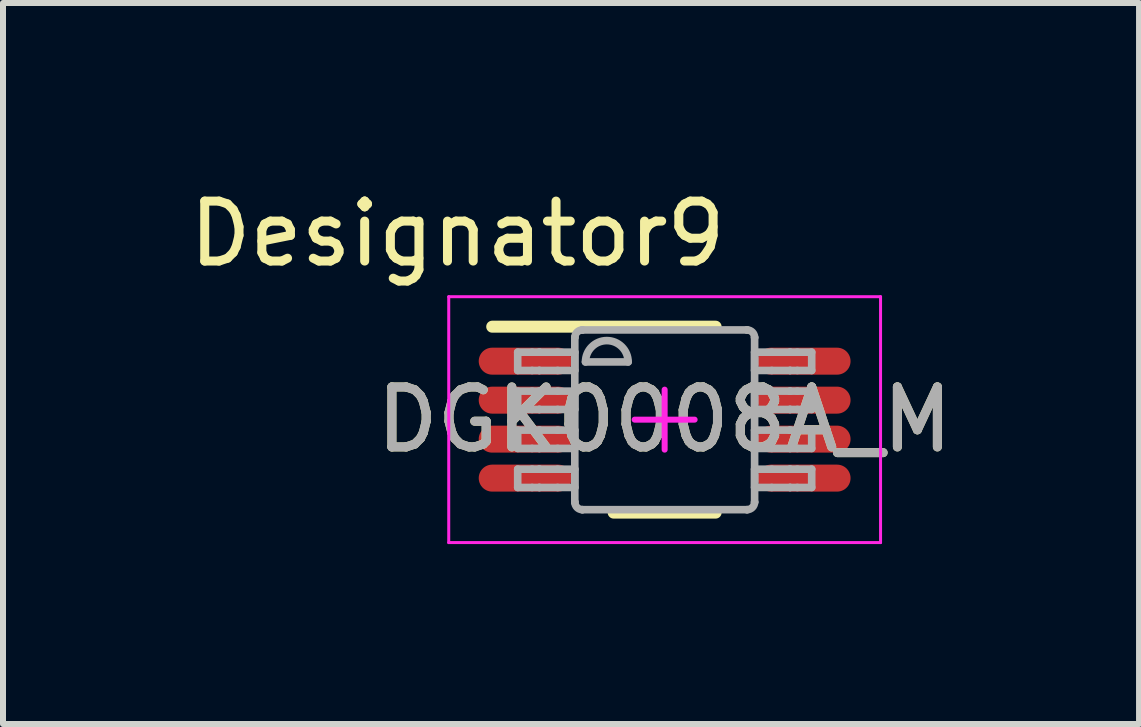
<source format=kicad_pcb>
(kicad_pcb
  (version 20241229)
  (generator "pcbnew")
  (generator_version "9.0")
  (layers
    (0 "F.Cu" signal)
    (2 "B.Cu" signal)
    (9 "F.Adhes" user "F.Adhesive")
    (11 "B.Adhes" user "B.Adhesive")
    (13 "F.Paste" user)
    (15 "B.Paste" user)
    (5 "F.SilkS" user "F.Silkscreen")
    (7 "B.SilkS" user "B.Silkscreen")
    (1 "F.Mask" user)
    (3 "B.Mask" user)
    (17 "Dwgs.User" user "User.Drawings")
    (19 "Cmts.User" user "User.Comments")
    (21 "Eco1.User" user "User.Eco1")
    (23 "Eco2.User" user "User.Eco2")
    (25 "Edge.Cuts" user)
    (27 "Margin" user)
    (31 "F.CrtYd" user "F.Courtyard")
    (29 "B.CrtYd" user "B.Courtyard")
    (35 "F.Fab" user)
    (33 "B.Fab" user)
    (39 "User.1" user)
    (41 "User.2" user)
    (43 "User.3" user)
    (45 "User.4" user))
  (footprint "DGK0008A_M"
    (layer "F.Cu")
    (at 8.032 3.947)
    (property "Reference" "DGK0008A_M" (at 0 0 0) (unlocked yes) (layer "F.SilkS") (effects (font (size 1 1) (thickness 0.15))))
    (attr smd)
    (fp_line (start -2.875 -1.55) (end 0.85 -1.55) (stroke (width 0.2) (type solid)) (layer "F.SilkS"))
    (fp_line (start -0.85 1.55) (end 0.85 1.55) (stroke (width 0.2) (type solid)) (layer "F.SilkS"))
    (fp_line (start -3.6 -2.05) (end 3.6 -2.05) (stroke (width 0.05) (type solid)) (layer "F.CrtYd"))
    (fp_line (start -3.6 2.05) (end -3.6 -2.05) (stroke (width 0.05) (type solid)) (layer "F.CrtYd"))
    (fp_line (start -3.6 2.05) (end 3.6 2.05) (stroke (width 0.05) (type solid)) (layer "F.CrtYd"))
    (fp_line (start -0.5 0) (end 0.5 0) (stroke (width 0.1) (type solid)) (layer "F.CrtYd"))
    (fp_line (start 0 0.5) (end 0 -0.5) (stroke (width 0.1) (type solid)) (layer "F.CrtYd"))
    (fp_line (start 3.6 2.05) (end 3.6 -2.05) (stroke (width 0.05) (type solid)) (layer "F.CrtYd"))
    (fp_line (start -2.45 -1.125) (end -2.21 -1.125) (stroke (width 0.127) (type solid)) (layer "F.Fab"))
    (fp_line (start -2.45 -0.82) (end -2.45 -1.125) (stroke (width 0.127) (type solid)) (layer "F.Fab"))
    (fp_line (start -2.45 -0.82) (end -2.21 -0.82) (stroke (width 0.127) (type solid)) (layer "F.Fab"))
    (fp_line (start -2.45 -0.475) (end -2.21 -0.475) (stroke (width 0.127) (type solid)) (layer "F.Fab"))
    (fp_line (start -2.45 -0.17) (end -2.45 -0.475) (stroke (width 0.127) (type solid)) (layer "F.Fab"))
    (fp_line (start -2.45 -0.17) (end -2.21 -0.17) (stroke (width 0.127) (type solid)) (layer "F.Fab"))
    (fp_line (start -2.45 0.175) (end -2.21 0.175) (stroke (width 0.127) (type solid)) (layer "F.Fab"))
    (fp_line (start -2.45 0.48) (end -2.45 0.175) (stroke (width 0.127) (type solid)) (layer "F.Fab"))
    (fp_line (start -2.45 0.48) (end -2.21 0.48) (stroke (width 0.127) (type solid)) (layer "F.Fab"))
    (fp_line (start -2.45 0.826) (end -2.21 0.826) (stroke (width 0.127) (type solid)) (layer "F.Fab"))
    (fp_line (start -2.45 1.131) (end -2.45 0.826) (stroke (width 0.127) (type solid)) (layer "F.Fab"))
    (fp_line (start -2.45 1.131) (end -2.21 1.131) (stroke (width 0.127) (type solid)) (layer "F.Fab"))
    (fp_line (start -2.21 -1.125) (end -2.091 -1.125) (stroke (width 0.127) (type solid)) (layer "F.Fab"))
    (fp_line (start -2.21 -0.82) (end -2.091 -0.82) (stroke (width 0.127) (type solid)) (layer "F.Fab"))
    (fp_line (start -2.21 -0.475) (end -2.091 -0.475) (stroke (width 0.127) (type solid)) (layer "F.Fab"))
    (fp_line (start -2.21 -0.17) (end -2.091 -0.17) (stroke (width 0.127) (type solid)) (layer "F.Fab"))
    (fp_line (start -2.21 0.175) (end -2.091 0.175) (stroke (width 0.127) (type solid)) (layer "F.Fab"))
    (fp_line (start -2.21 0.48) (end -2.091 0.48) (stroke (width 0.127) (type solid)) (layer "F.Fab"))
    (fp_line (start -2.21 0.826) (end -2.091 0.826) (stroke (width 0.127) (type solid)) (layer "F.Fab"))
    (fp_line (start -2.21 1.131) (end -2.091 1.131) (stroke (width 0.127) (type solid)) (layer "F.Fab"))
    (fp_line (start -2.091 -1.125) (end -2.087 -1.125) (stroke (width 0.127) (type solid)) (layer "F.Fab"))
    (fp_line (start -2.091 -0.82) (end -2.087 -0.82) (stroke (width 0.127) (type solid)) (layer "F.Fab"))
    (fp_line (start -2.091 -0.475) (end -2.087 -0.475) (stroke (width 0.127) (type solid)) (layer "F.Fab"))
    (fp_line (start -2.091 -0.17) (end -2.087 -0.17) (stroke (width 0.127) (type solid)) (layer "F.Fab"))
    (fp_line (start -2.091 0.175) (end -2.087 0.175) (stroke (width 0.127) (type solid)) (layer "F.Fab"))
    (fp_line (start -2.091 0.48) (end -2.087 0.48) (stroke (width 0.127) (type solid)) (layer "F.Fab"))
    (fp_line (start -2.091 0.826) (end -2.087 0.826) (stroke (width 0.127) (type solid)) (layer "F.Fab"))
    (fp_line (start -2.091 1.131) (end -2.087 1.131) (stroke (width 0.127) (type solid)) (layer "F.Fab"))
    (fp_line (start -2.087 -1.125) (end -1.784 -1.125) (stroke (width 0.127) (type solid)) (layer "F.Fab"))
    (fp_line (start -2.087 -0.82) (end -1.784 -0.82) (stroke (width 0.127) (type solid)) (layer "F.Fab"))
    (fp_line (start -2.087 -0.475) (end -1.784 -0.475) (stroke (width 0.127) (type solid)) (layer "F.Fab"))
    (fp_line (start -2.087 -0.17) (end -1.784 -0.17) (stroke (width 0.127) (type solid)) (layer "F.Fab"))
    (fp_line (start -2.087 0.175) (end -1.784 0.175) (stroke (width 0.127) (type solid)) (layer "F.Fab"))
    (fp_line (start -2.087 0.48) (end -1.784 0.48) (stroke (width 0.127) (type solid)) (layer "F.Fab"))
    (fp_line (start -2.087 0.826) (end -1.784 0.826) (stroke (width 0.127) (type solid)) (layer "F.Fab"))
    (fp_line (start -2.087 1.131) (end -1.784 1.131) (stroke (width 0.127) (type solid)) (layer "F.Fab"))
    (fp_line (start -1.784 -1.125) (end -1.498 -1.125) (stroke (width 0.127) (type solid)) (layer "F.Fab"))
    (fp_line (start -1.784 -0.82) (end -1.498 -0.82) (stroke (width 0.127) (type solid)) (layer "F.Fab"))
    (fp_line (start -1.784 -0.475) (end -1.498 -0.475) (stroke (width 0.127) (type solid)) (layer "F.Fab"))
    (fp_line (start -1.784 -0.17) (end -1.498 -0.17) (stroke (width 0.127) (type solid)) (layer "F.Fab"))
    (fp_line (start -1.784 0.175) (end -1.498 0.175) (stroke (width 0.127) (type solid)) (layer "F.Fab"))
    (fp_line (start -1.784 0.48) (end -1.498 0.48) (stroke (width 0.127) (type solid)) (layer "F.Fab"))
    (fp_line (start -1.784 0.826) (end -1.498 0.826) (stroke (width 0.127) (type solid)) (layer "F.Fab"))
    (fp_line (start -1.784 1.131) (end -1.498 1.131) (stroke (width 0.127) (type solid)) (layer "F.Fab"))
    (fp_line (start -1.498 -1.369) (end -1.497 -1.372) (stroke (width 0.127) (type solid)) (layer "F.Fab"))
    (fp_line (start -1.498 -0.82) (end -1.498 -1.125) (stroke (width 0.127) (type solid)) (layer "F.Fab"))
    (fp_line (start -1.498 -0.17) (end -1.498 -0.475) (stroke (width 0.127) (type solid)) (layer "F.Fab"))
    (fp_line (start -1.498 0.48) (end -1.498 0.175) (stroke (width 0.127) (type solid)) (layer "F.Fab"))
    (fp_line (start -1.498 1.131) (end -1.498 0.826) (stroke (width 0.127) (type solid)) (layer "F.Fab"))
    (fp_line (start -1.498 1.374) (end -1.498 -1.369) (stroke (width 0.127) (type solid)) (layer "F.Fab"))
    (fp_line (start -1.498 1.374) (end -1.497 1.377) (stroke (width 0.127) (type solid)) (layer "F.Fab"))
    (fp_line (start -1.373 -1.496) (end -1.371 -1.496) (stroke (width 0.127) (type solid)) (layer "F.Fab"))
    (fp_line (start -1.373 1.501) (end -1.371 1.501) (stroke (width 0.127) (type solid)) (layer "F.Fab"))
    (fp_line (start -1.371 -1.496) (end 1.373 -1.496) (stroke (width 0.127) (type solid)) (layer "F.Fab"))
    (fp_line (start -1.371 1.501) (end 1.373 1.501) (stroke (width 0.127) (type solid)) (layer "F.Fab"))
    (fp_line (start -1.32 -0.962) (end -0.609 -0.962) (stroke (width 0.127) (type solid)) (layer "F.Fab"))
    (fp_line (start 1.373 -1.496) (end 1.375 -1.496) (stroke (width 0.127) (type solid)) (layer "F.Fab"))
    (fp_line (start 1.373 1.501) (end 1.375 1.501) (stroke (width 0.127) (type solid)) (layer "F.Fab"))
    (fp_line (start 1.5 -1.372) (end 1.5 -1.369) (stroke (width 0.127) (type solid)) (layer "F.Fab"))
    (fp_line (start 1.5 1.377) (end 1.5 1.374) (stroke (width 0.127) (type solid)) (layer "F.Fab"))
    (fp_line (start 1.5 -1.125) (end 1.786 -1.125) (stroke (width 0.127) (type solid)) (layer "F.Fab"))
    (fp_line (start 1.5 -0.82) (end 1.5 -1.125) (stroke (width 0.127) (type solid)) (layer "F.Fab"))
    (fp_line (start 1.5 -0.82) (end 1.786 -0.82) (stroke (width 0.127) (type solid)) (layer "F.Fab"))
    (fp_line (start 1.5 -0.475) (end 1.786 -0.475) (stroke (width 0.127) (type solid)) (layer "F.Fab"))
    (fp_line (start 1.5 -0.17) (end 1.5 -0.475) (stroke (width 0.127) (type solid)) (layer "F.Fab"))
    (fp_line (start 1.5 -0.17) (end 1.786 -0.17) (stroke (width 0.127) (type solid)) (layer "F.Fab"))
    (fp_line (start 1.5 0.175) (end 1.786 0.175) (stroke (width 0.127) (type solid)) (layer "F.Fab"))
    (fp_line (start 1.5 0.48) (end 1.5 0.175) (stroke (width 0.127) (type solid)) (layer "F.Fab"))
    (fp_line (start 1.5 0.48) (end 1.786 0.48) (stroke (width 0.127) (type solid)) (layer "F.Fab"))
    (fp_line (start 1.5 0.826) (end 1.786 0.826) (stroke (width 0.127) (type solid)) (layer "F.Fab"))
    (fp_line (start 1.5 1.131) (end 1.5 0.826) (stroke (width 0.127) (type solid)) (layer "F.Fab"))
    (fp_line (start 1.5 1.131) (end 1.786 1.131) (stroke (width 0.127) (type solid)) (layer "F.Fab"))
    (fp_line (start 1.5 1.374) (end 1.5 -1.369) (stroke (width 0.127) (type solid)) (layer "F.Fab"))
    (fp_line (start 1.786 -1.125) (end 2.089 -1.125) (stroke (width 0.127) (type solid)) (layer "F.Fab"))
    (fp_line (start 1.786 -0.82) (end 2.089 -0.82) (stroke (width 0.127) (type solid)) (layer "F.Fab"))
    (fp_line (start 1.786 -0.475) (end 2.089 -0.475) (stroke (width 0.127) (type solid)) (layer "F.Fab"))
    (fp_line (start 1.786 -0.17) (end 2.089 -0.17) (stroke (width 0.127) (type solid)) (layer "F.Fab"))
    (fp_line (start 1.786 0.175) (end 2.089 0.175) (stroke (width 0.127) (type solid)) (layer "F.Fab"))
    (fp_line (start 1.786 0.48) (end 2.089 0.48) (stroke (width 0.127) (type solid)) (layer "F.Fab"))
    (fp_line (start 1.786 0.826) (end 2.089 0.826) (stroke (width 0.127) (type solid)) (layer "F.Fab"))
    (fp_line (start 1.786 1.131) (end 2.089 1.131) (stroke (width 0.127) (type solid)) (layer "F.Fab"))
    (fp_line (start 2.089 -1.125) (end 2.093 -1.125) (stroke (width 0.127) (type solid)) (layer "F.Fab"))
    (fp_line (start 2.089 -0.82) (end 2.093 -0.82) (stroke (width 0.127) (type solid)) (layer "F.Fab"))
    (fp_line (start 2.089 -0.475) (end 2.093 -0.475) (stroke (width 0.127) (type solid)) (layer "F.Fab"))
    (fp_line (start 2.089 -0.17) (end 2.093 -0.17) (stroke (width 0.127) (type solid)) (layer "F.Fab"))
    (fp_line (start 2.089 0.175) (end 2.093 0.175) (stroke (width 0.127) (type solid)) (layer "F.Fab"))
    (fp_line (start 2.089 0.48) (end 2.093 0.48) (stroke (width 0.127) (type solid)) (layer "F.Fab"))
    (fp_line (start 2.089 0.826) (end 2.093 0.826) (stroke (width 0.127) (type solid)) (layer "F.Fab"))
    (fp_line (start 2.089 1.131) (end 2.093 1.131) (stroke (width 0.127) (type solid)) (layer "F.Fab"))
    (fp_line (start 2.093 -1.125) (end 2.213 -1.125) (stroke (width 0.127) (type solid)) (layer "F.Fab"))
    (fp_line (start 2.093 -0.82) (end 2.213 -0.82) (stroke (width 0.127) (type solid)) (layer "F.Fab"))
    (fp_line (start 2.093 -0.475) (end 2.213 -0.475) (stroke (width 0.127) (type solid)) (layer "F.Fab"))
    (fp_line (start 2.093 -0.17) (end 2.213 -0.17) (stroke (width 0.127) (type solid)) (layer "F.Fab"))
    (fp_line (start 2.093 0.175) (end 2.213 0.175) (stroke (width 0.127) (type solid)) (layer "F.Fab"))
    (fp_line (start 2.093 0.48) (end 2.213 0.48) (stroke (width 0.127) (type solid)) (layer "F.Fab"))
    (fp_line (start 2.093 0.826) (end 2.213 0.826) (stroke (width 0.127) (type solid)) (layer "F.Fab"))
    (fp_line (start 2.093 1.131) (end 2.213 1.131) (stroke (width 0.127) (type solid)) (layer "F.Fab"))
    (fp_line (start 2.213 -1.125) (end 2.452 -1.125) (stroke (width 0.127) (type solid)) (layer "F.Fab"))
    (fp_line (start 2.213 -0.82) (end 2.452 -0.82) (stroke (width 0.127) (type solid)) (layer "F.Fab"))
    (fp_line (start 2.213 -0.475) (end 2.452 -0.475) (stroke (width 0.127) (type solid)) (layer "F.Fab"))
    (fp_line (start 2.213 -0.17) (end 2.452 -0.17) (stroke (width 0.127) (type solid)) (layer "F.Fab"))
    (fp_line (start 2.213 0.175) (end 2.452 0.175) (stroke (width 0.127) (type solid)) (layer "F.Fab"))
    (fp_line (start 2.213 0.48) (end 2.452 0.48) (stroke (width 0.127) (type solid)) (layer "F.Fab"))
    (fp_line (start 2.213 0.826) (end 2.452 0.826) (stroke (width 0.127) (type solid)) (layer "F.Fab"))
    (fp_line (start 2.213 1.131) (end 2.452 1.131) (stroke (width 0.127) (type solid)) (layer "F.Fab"))
    (fp_line (start 2.452 -0.82) (end 2.452 -1.125) (stroke (width 0.127) (type solid)) (layer "F.Fab"))
    (fp_line (start 2.452 -0.17) (end 2.452 -0.475) (stroke (width 0.127) (type solid)) (layer "F.Fab"))
    (fp_line (start 2.452 0.48) (end 2.452 0.175) (stroke (width 0.127) (type solid)) (layer "F.Fab"))
    (fp_line (start 2.452 1.131) (end 2.452 0.826) (stroke (width 0.127) (type solid)) (layer "F.Fab"))
    (fp_arc (start -1.497476 -1.371582) (mid -1.460306 -1.458644) (end -1.373243 -1.495814) (stroke (width 0.127) (type solid)) (layer "F.Fab"))
    (fp_arc (start -1.373243 1.501336) (mid -1.460306 1.464166) (end -1.497476 1.377104) (stroke (width 0.127) (type solid)) (layer "F.Fab"))
    (fp_arc (start -1.3197 -0.962439) (mid -0.9641 -1.318039) (end -0.6085 -0.962439) (stroke (width 0.127) (type solid)) (layer "F.Fab"))
    (fp_arc (start 1.375443 -1.495814) (mid 1.462505 -1.458644) (end 1.499675 -1.371582) (stroke (width 0.127) (type solid)) (layer "F.Fab"))
    (fp_arc (start 1.499675 1.377104) (mid 1.462505 1.464166) (end 1.375443 1.501336) (stroke (width 0.127) (type solid)) (layer "F.Fab"))
    (fp_text user "Designator9" (at -3.454 -3.099 0) (unlocked yes) (layer "F.SilkS") (effects (font (size 1 1) (thickness 0.15))))
    (fp_text user "${REFERENCE}" (at 0 0 0) (unlocked yes) (layer "F.Fab") (effects (font (size 1 1) (thickness 0.15))))
    (pad "1" smd oval (at -2.325 -0.975 90) (size 0.45 1.55) (layers "F.Cu" "F.Mask" "F.Paste"))
    (pad "2" smd oval (at -2.325 -0.325 90) (size 0.45 1.55) (layers "F.Cu" "F.Mask" "F.Paste"))
    (pad "3" smd oval (at -2.325 0.325 90) (size 0.45 1.55) (layers "F.Cu" "F.Mask" "F.Paste"))
    (pad "4" smd oval (at -2.325 0.975 90) (size 0.45 1.55) (layers "F.Cu" "F.Mask" "F.Paste"))
    (pad "5" smd oval (at 2.325 0.975 90) (size 0.45 1.55) (layers "F.Cu" "F.Mask" "F.Paste"))
    (pad "6" smd oval (at 2.325 0.325 90) (size 0.45 1.55) (layers "F.Cu" "F.Mask" "F.Paste"))
    (pad "7" smd oval (at 2.325 -0.325 90) (size 0.45 1.55) (layers "F.Cu" "F.Mask" "F.Paste"))
    (pad "8" smd oval (at 2.325 -0.975 90) (size 0.45 1.55) (layers "F.Cu" "F.Mask" "F.Paste")))
  (gr_rect
    (start -3 -3)
    (end 15.942 9.022)
    (stroke (width 0.1) (type default))
    (fill no)
    (layer "Edge.Cuts")))
</source>
